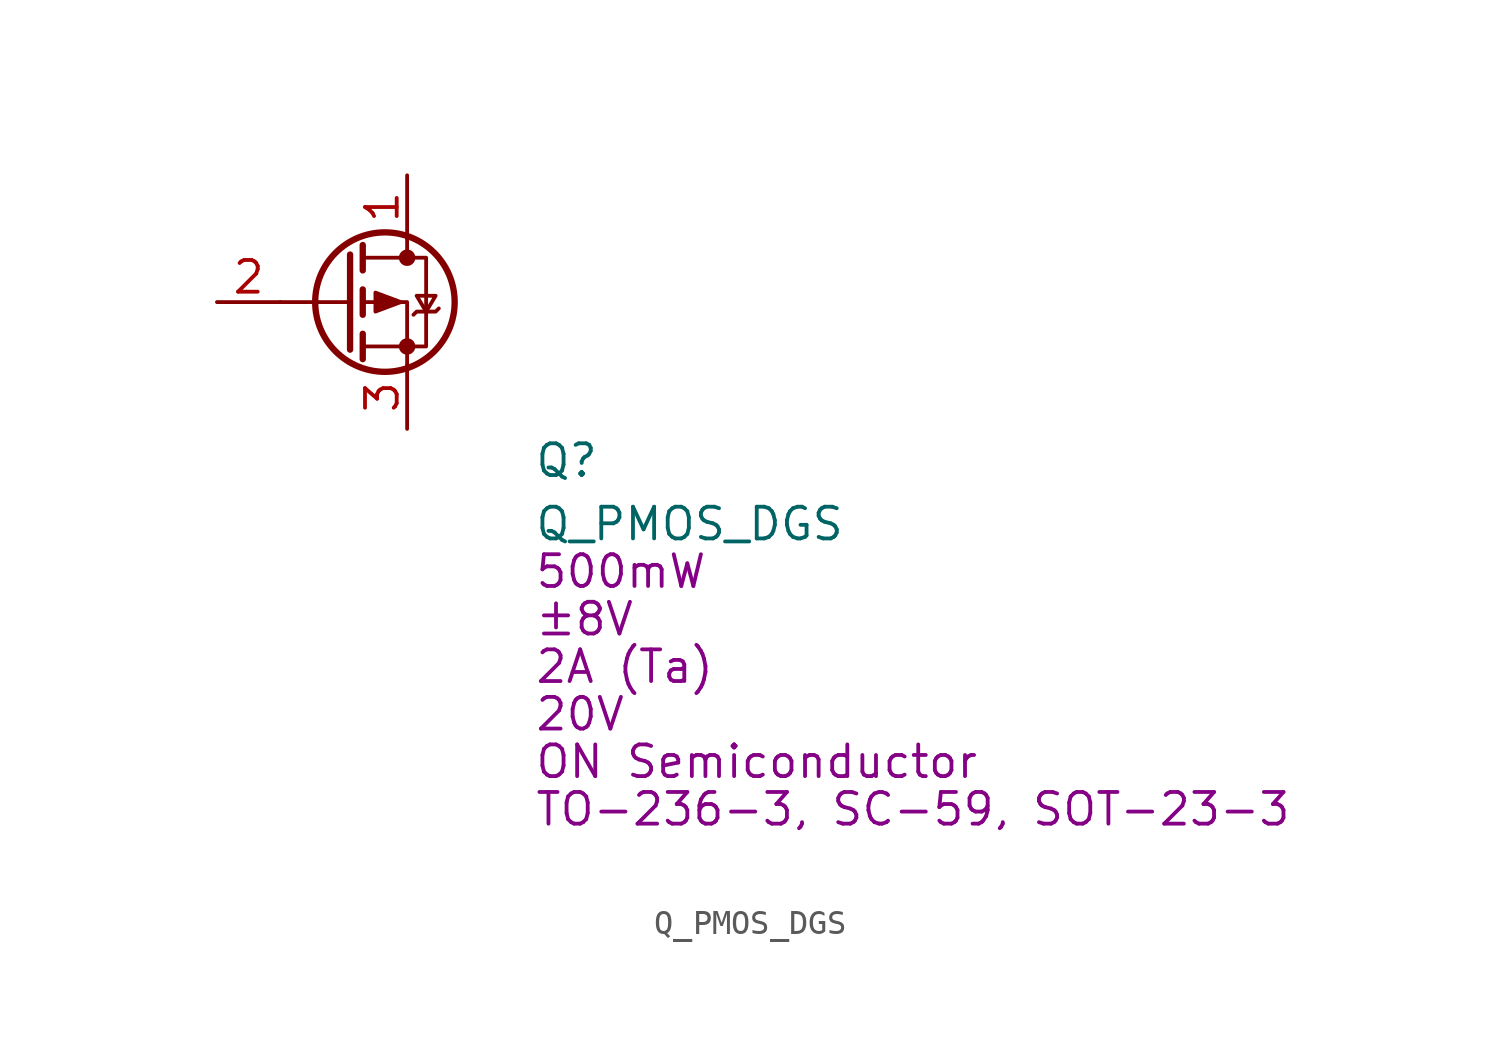
<source format=kicad_sym>
(kicad_symbol_lib
  (version 20220914)
  (generator kicad_symbol_editor)
  (symbol "Q_PMOS_DGS"
    (pin_names
      (offset 0) hide)
    (property "Reference" "Q"
      (at 7.62 -6.35 0)
      (effects (font (size 1.27 1.27)) (justify left)))
    (property "Value" "Q_PMOS_DGS"
      (at 7.62 -8.89 0)
      (effects (font (size 1.27 1.27)) (justify left)))
    (property "Manufacturer" "ON Semiconductor"
      (at 7.62 -18.415 0)
      (effects (font (size 1.27 1.27)) (justify left)))
    (property "Vdss" "20V"
      (at 7.62 -16.51 0)
      (effects (font (size 1.27 1.27)) (justify left)))
    (property "Id" "2A (Ta)"
      (at 7.62 -14.605 0)
      (effects (font (size 1.27 1.27)) (justify left)))
    (property "Vgs (Max)" "±8V"
      (at 7.62 -12.7 0)
      (effects (font (size 1.27 1.27)) (justify left)))
    (property "Power Dissipation (Max)" "500mW "
      (at 7.62 -10.795 0)
      (effects (font (size 1.27 1.27)) (justify left)))
    (property "Chip code" "TO-236-3, SC-59, SOT-23-3"
      (at 7.62 -20.32 0)
      (effects (font (size 1.27 1.27)) (justify left)))
    (symbol "Q_PMOS_DGS_0_1"
      (polyline (pts (xy 0.254 0) (xy -2.54 0)) (stroke (width 0) (type solid)) (fill (type none)))
      (polyline (pts (xy 0.254 1.905) (xy 0.254 -1.905)) (stroke (width 0.254) (type solid)) (fill (type none)))
      (polyline (pts (xy 0.762 -1.27) (xy 0.762 -2.286)) (stroke (width 0.254) (type solid)) (fill (type none)))
      (polyline (pts (xy 0.762 0.508) (xy 0.762 -0.508)) (stroke (width 0.254) (type solid)) (fill (type none)))
      (polyline (pts (xy 0.762 2.286) (xy 0.762 1.27)) (stroke (width 0.254) (type solid)) (fill (type none)))
      (polyline (pts (xy 2.54 2.54) (xy 2.54 1.778)) (stroke (width 0) (type solid)) (fill (type none)))
      (polyline (pts (xy 2.54 -2.54) (xy 2.54 0) (xy 0.762 0)) (stroke (width 0) (type solid)) (fill (type none)))
      (polyline (pts (xy 0.762 1.778) (xy 3.302 1.778) (xy 3.302 -1.778) (xy 0.762 -1.778)) (stroke (width 0) (type solid)) (fill (type none)))
      (polyline (pts (xy 2.286 0) (xy 1.27 0.381) (xy 1.27 -0.381) (xy 2.286 0)) (stroke (width 0) (type solid)) (fill (type outline)))
      (polyline (pts (xy 2.794 -0.508) (xy 2.921 -0.381) (xy 3.683 -0.381) (xy 3.81 -0.254)) (stroke (width 0) (type solid)) (fill (type none)))
      (polyline (pts (xy 3.302 -0.381) (xy 2.921 0.254) (xy 3.683 0.254) (xy 3.302 -0.381)) (stroke (width 0) (type solid)) (fill (type none)))
      (circle (center 1.651 0) (radius 2.794) (stroke (width 0.254) (type solid)) (fill (type none)))
      (circle (center 2.54 -1.778) (radius 0.254) (stroke (width 0) (type solid)) (fill (type outline)))
      (circle (center 2.54 1.778) (radius 0.254) (stroke (width 0) (type solid)) (fill (type outline))))
    (symbol "Q_PMOS_DGS_1_1"
      (pin passive line (at 2.54 5.08 270) (length 2.54) (name "D" (effects (font (size 1.27 1.27)))) (number "1" (effects (font (size 1.27 1.27)))))
      (pin input line (at -5.08 0 0) (length 2.54) (name "G" (effects (font (size 1.27 1.27)))) (number "2" (effects (font (size 1.27 1.27)))))
      (pin passive line (at 2.54 -5.08 90) (length 2.54) (name "S" (effects (font (size 1.27 1.27)))) (number "3" (effects (font (size 1.27 1.27))))))))
</source>
